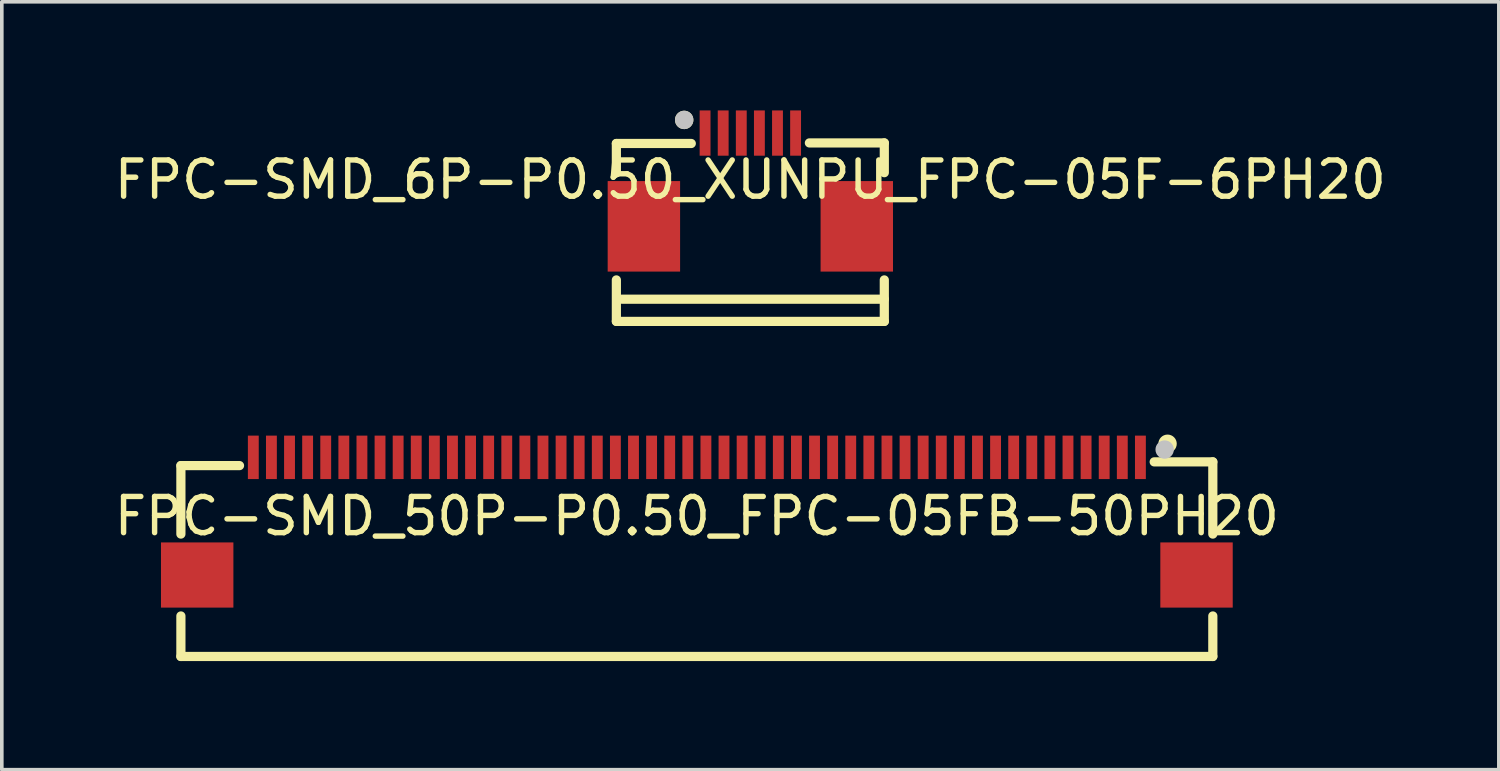
<source format=kicad_pcb>
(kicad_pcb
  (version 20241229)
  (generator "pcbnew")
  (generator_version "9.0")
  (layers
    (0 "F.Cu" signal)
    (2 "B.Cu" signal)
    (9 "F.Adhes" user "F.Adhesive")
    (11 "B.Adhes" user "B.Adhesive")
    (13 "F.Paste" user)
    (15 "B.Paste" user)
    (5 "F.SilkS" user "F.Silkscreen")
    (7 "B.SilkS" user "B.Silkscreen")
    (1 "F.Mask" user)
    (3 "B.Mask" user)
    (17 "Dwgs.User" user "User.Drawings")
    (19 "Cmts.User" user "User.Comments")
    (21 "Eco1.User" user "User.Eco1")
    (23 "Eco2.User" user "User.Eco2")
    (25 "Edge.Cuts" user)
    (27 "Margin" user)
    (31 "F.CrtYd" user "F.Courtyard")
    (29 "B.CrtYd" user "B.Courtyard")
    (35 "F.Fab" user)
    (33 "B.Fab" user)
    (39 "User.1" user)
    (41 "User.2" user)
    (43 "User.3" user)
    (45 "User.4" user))
  (footprint "FPC-SMD_50P-P0.50_FPC-05FB-50PH20"
    (layer "F.Cu")
    (at 16.196 11.206)
    (property "Reference" "FPC-SMD_50P-P0.50_FPC-05FB-50PH20" (at 0 0 0) (layer "F.SilkS") (effects (font (size 1 1) (thickness 0.15))))
    (fp_line (start -14.25 -1.397) (end -12.631 -1.397) (stroke (width 0.254) (type default)) (layer "F.SilkS"))
    (fp_line (start -14.25 0.494) (end -14.25 -1.397) (stroke (width 0.254) (type default)) (layer "F.SilkS"))
    (fp_line (start -14.25 3.875) (end -14.25 2.756) (stroke (width 0.254) (type default)) (layer "F.SilkS"))
    (fp_line (start 14.25 -1.5) (end 12.631 -1.5) (stroke (width 0.254) (type default)) (layer "F.SilkS"))
    (fp_line (start 14.25 0.494) (end 14.25 -1.5) (stroke (width 0.254) (type default)) (layer "F.SilkS"))
    (fp_line (start 14.25 3.875) (end -14.25 3.875) (stroke (width 0.254) (type default)) (layer "F.SilkS"))
    (fp_line (start 14.25 3.875) (end 14.25 2.756) (stroke (width 0.254) (type default)) (layer "F.SilkS"))
    (fp_circle (center 13 -2) (end 13.127 -2) (stroke (width 0.254) (type default)) (fill no) (layer "F.SilkS"))
    (fp_circle (center 12.92 -1.84) (end 13.047 -1.84) (stroke (width 0.254) (type default)) (fill no) (layer "Dwgs.User"))
    (fp_poly (pts (xy -14.25 2.425) (xy -14.25 0.825) (xy -13.25 0.825) (xy -13.25 2.425)) (stroke (width 0.1) (type default)) (fill no) (layer "User.1"))
    (fp_poly (pts (xy -12.35 -1.87) (xy -12.15 -1.87) (xy -12.15 -1.17) (xy -12.35 -1.17)) (stroke (width 0.1) (type default)) (fill no) (layer "User.1"))
    (fp_poly (pts (xy -11.85 -1.87) (xy -11.65 -1.87) (xy -11.65 -1.17) (xy -11.85 -1.17)) (stroke (width 0.1) (type default)) (fill no) (layer "User.1"))
    (fp_poly (pts (xy -11.35 -1.87) (xy -11.15 -1.87) (xy -11.15 -1.17) (xy -11.35 -1.17)) (stroke (width 0.1) (type default)) (fill no) (layer "User.1"))
    (fp_poly (pts (xy -10.85 -1.87) (xy -10.65 -1.87) (xy -10.65 -1.17) (xy -10.85 -1.17)) (stroke (width 0.1) (type default)) (fill no) (layer "User.1"))
    (fp_poly (pts (xy -10.35 -1.87) (xy -10.15 -1.87) (xy -10.15 -1.17) (xy -10.35 -1.17)) (stroke (width 0.1) (type default)) (fill no) (layer "User.1"))
    (fp_poly (pts (xy -9.85 -1.87) (xy -9.65 -1.87) (xy -9.65 -1.17) (xy -9.85 -1.17)) (stroke (width 0.1) (type default)) (fill no) (layer "User.1"))
    (fp_poly (pts (xy -9.35 -1.87) (xy -9.15 -1.87) (xy -9.15 -1.17) (xy -9.35 -1.17)) (stroke (width 0.1) (type default)) (fill no) (layer "User.1"))
    (fp_poly (pts (xy -8.85 -1.87) (xy -8.65 -1.87) (xy -8.65 -1.17) (xy -8.85 -1.17)) (stroke (width 0.1) (type default)) (fill no) (layer "User.1"))
    (fp_poly (pts (xy -8.35 -1.87) (xy -8.15 -1.87) (xy -8.15 -1.17) (xy -8.35 -1.17)) (stroke (width 0.1) (type default)) (fill no) (layer "User.1"))
    (fp_poly (pts (xy -7.85 -1.87) (xy -7.65 -1.87) (xy -7.65 -1.17) (xy -7.85 -1.17)) (stroke (width 0.1) (type default)) (fill no) (layer "User.1"))
    (fp_poly (pts (xy -7.35 -1.87) (xy -7.15 -1.87) (xy -7.15 -1.17) (xy -7.35 -1.17)) (stroke (width 0.1) (type default)) (fill no) (layer "User.1"))
    (fp_poly (pts (xy -6.85 -1.87) (xy -6.65 -1.87) (xy -6.65 -1.17) (xy -6.85 -1.17)) (stroke (width 0.1) (type default)) (fill no) (layer "User.1"))
    (fp_poly (pts (xy -6.35 -1.87) (xy -6.15 -1.87) (xy -6.15 -1.17) (xy -6.35 -1.17)) (stroke (width 0.1) (type default)) (fill no) (layer "User.1"))
    (fp_poly (pts (xy -5.85 -1.87) (xy -5.65 -1.87) (xy -5.65 -1.17) (xy -5.85 -1.17)) (stroke (width 0.1) (type default)) (fill no) (layer "User.1"))
    (fp_poly (pts (xy -5.35 -1.87) (xy -5.15 -1.87) (xy -5.15 -1.17) (xy -5.35 -1.17)) (stroke (width 0.1) (type default)) (fill no) (layer "User.1"))
    (fp_poly (pts (xy -4.85 -1.87) (xy -4.65 -1.87) (xy -4.65 -1.17) (xy -4.85 -1.17)) (stroke (width 0.1) (type default)) (fill no) (layer "User.1"))
    (fp_poly (pts (xy -4.35 -1.87) (xy -4.15 -1.87) (xy -4.15 -1.17) (xy -4.35 -1.17)) (stroke (width 0.1) (type default)) (fill no) (layer "User.1"))
    (fp_poly (pts (xy -3.85 -1.87) (xy -3.65 -1.87) (xy -3.65 -1.17) (xy -3.85 -1.17)) (stroke (width 0.1) (type default)) (fill no) (layer "User.1"))
    (fp_poly (pts (xy -3.35 -1.87) (xy -3.15 -1.87) (xy -3.15 -1.17) (xy -3.35 -1.17)) (stroke (width 0.1) (type default)) (fill no) (layer "User.1"))
    (fp_poly (pts (xy -2.85 -1.87) (xy -2.65 -1.87) (xy -2.65 -1.17) (xy -2.85 -1.17)) (stroke (width 0.1) (type default)) (fill no) (layer "User.1"))
    (fp_poly (pts (xy -2.35 -1.87) (xy -2.15 -1.87) (xy -2.15 -1.17) (xy -2.35 -1.17)) (stroke (width 0.1) (type default)) (fill no) (layer "User.1"))
    (fp_poly (pts (xy -1.85 -1.87) (xy -1.65 -1.87) (xy -1.65 -1.17) (xy -1.85 -1.17)) (stroke (width 0.1) (type default)) (fill no) (layer "User.1"))
    (fp_poly (pts (xy -1.35 -1.87) (xy -1.15 -1.87) (xy -1.15 -1.17) (xy -1.35 -1.17)) (stroke (width 0.1) (type default)) (fill no) (layer "User.1"))
    (fp_poly (pts (xy -0.85 -1.87) (xy -0.65 -1.87) (xy -0.65 -1.17) (xy -0.85 -1.17)) (stroke (width 0.1) (type default)) (fill no) (layer "User.1"))
    (fp_poly (pts (xy -0.35 -1.87) (xy -0.15 -1.87) (xy -0.15 -1.17) (xy -0.35 -1.17)) (stroke (width 0.1) (type default)) (fill no) (layer "User.1"))
    (fp_poly (pts (xy 0.15 -1.87) (xy 0.35 -1.87) (xy 0.35 -1.17) (xy 0.15 -1.17)) (stroke (width 0.1) (type default)) (fill no) (layer "User.1"))
    (fp_poly (pts (xy 0.65 -1.87) (xy 0.85 -1.87) (xy 0.85 -1.17) (xy 0.65 -1.17)) (stroke (width 0.1) (type default)) (fill no) (layer "User.1"))
    (fp_poly (pts (xy 1.15 -1.87) (xy 1.35 -1.87) (xy 1.35 -1.17) (xy 1.15 -1.17)) (stroke (width 0.1) (type default)) (fill no) (layer "User.1"))
    (fp_poly (pts (xy 1.65 -1.87) (xy 1.85 -1.87) (xy 1.85 -1.17) (xy 1.65 -1.17)) (stroke (width 0.1) (type default)) (fill no) (layer "User.1"))
    (fp_poly (pts (xy 2.15 -1.87) (xy 2.35 -1.87) (xy 2.35 -1.17) (xy 2.15 -1.17)) (stroke (width 0.1) (type default)) (fill no) (layer "User.1"))
    (fp_poly (pts (xy 2.65 -1.87) (xy 2.85 -1.87) (xy 2.85 -1.17) (xy 2.65 -1.17)) (stroke (width 0.1) (type default)) (fill no) (layer "User.1"))
    (fp_poly (pts (xy 3.15 -1.87) (xy 3.35 -1.87) (xy 3.35 -1.17) (xy 3.15 -1.17)) (stroke (width 0.1) (type default)) (fill no) (layer "User.1"))
    (fp_poly (pts (xy 3.65 -1.87) (xy 3.85 -1.87) (xy 3.85 -1.17) (xy 3.65 -1.17)) (stroke (width 0.1) (type default)) (fill no) (layer "User.1"))
    (fp_poly (pts (xy 4.15 -1.87) (xy 4.35 -1.87) (xy 4.35 -1.17) (xy 4.15 -1.17)) (stroke (width 0.1) (type default)) (fill no) (layer "User.1"))
    (fp_poly (pts (xy 4.65 -1.87) (xy 4.85 -1.87) (xy 4.85 -1.17) (xy 4.65 -1.17)) (stroke (width 0.1) (type default)) (fill no) (layer "User.1"))
    (fp_poly (pts (xy 5.15 -1.87) (xy 5.35 -1.87) (xy 5.35 -1.17) (xy 5.15 -1.17)) (stroke (width 0.1) (type default)) (fill no) (layer "User.1"))
    (fp_poly (pts (xy 5.65 -1.87) (xy 5.85 -1.87) (xy 5.85 -1.17) (xy 5.65 -1.17)) (stroke (width 0.1) (type default)) (fill no) (layer "User.1"))
    (fp_poly (pts (xy 6.15 -1.87) (xy 6.35 -1.87) (xy 6.35 -1.17) (xy 6.15 -1.17)) (stroke (width 0.1) (type default)) (fill no) (layer "User.1"))
    (fp_poly (pts (xy 6.65 -1.87) (xy 6.85 -1.87) (xy 6.85 -1.17) (xy 6.65 -1.17)) (stroke (width 0.1) (type default)) (fill no) (layer "User.1"))
    (fp_poly (pts (xy 7.15 -1.87) (xy 7.35 -1.87) (xy 7.35 -1.17) (xy 7.15 -1.17)) (stroke (width 0.1) (type default)) (fill no) (layer "User.1"))
    (fp_poly (pts (xy 7.65 -1.87) (xy 7.85 -1.87) (xy 7.85 -1.17) (xy 7.65 -1.17)) (stroke (width 0.1) (type default)) (fill no) (layer "User.1"))
    (fp_poly (pts (xy 8.15 -1.87) (xy 8.35 -1.87) (xy 8.35 -1.17) (xy 8.15 -1.17)) (stroke (width 0.1) (type default)) (fill no) (layer "User.1"))
    (fp_poly (pts (xy 8.65 -1.87) (xy 8.85 -1.87) (xy 8.85 -1.17) (xy 8.65 -1.17)) (stroke (width 0.1) (type default)) (fill no) (layer "User.1"))
    (fp_poly (pts (xy 9.15 -1.87) (xy 9.35 -1.87) (xy 9.35 -1.17) (xy 9.15 -1.17)) (stroke (width 0.1) (type default)) (fill no) (layer "User.1"))
    (fp_poly (pts (xy 9.65 -1.87) (xy 9.85 -1.87) (xy 9.85 -1.17) (xy 9.65 -1.17)) (stroke (width 0.1) (type default)) (fill no) (layer "User.1"))
    (fp_poly (pts (xy 10.15 -1.87) (xy 10.35 -1.87) (xy 10.35 -1.17) (xy 10.15 -1.17)) (stroke (width 0.1) (type default)) (fill no) (layer "User.1"))
    (fp_poly (pts (xy 10.65 -1.87) (xy 10.85 -1.87) (xy 10.85 -1.17) (xy 10.65 -1.17)) (stroke (width 0.1) (type default)) (fill no) (layer "User.1"))
    (fp_poly (pts (xy 11.15 -1.87) (xy 11.35 -1.87) (xy 11.35 -1.17) (xy 11.15 -1.17)) (stroke (width 0.1) (type default)) (fill no) (layer "User.1"))
    (fp_poly (pts (xy 11.65 -1.87) (xy 11.85 -1.87) (xy 11.85 -1.17) (xy 11.65 -1.17)) (stroke (width 0.1) (type default)) (fill no) (layer "User.1"))
    (fp_poly (pts (xy 12.15 -1.87) (xy 12.35 -1.87) (xy 12.35 -1.17) (xy 12.15 -1.17)) (stroke (width 0.1) (type default)) (fill no) (layer "User.1"))
    (fp_poly (pts (xy 13.25 2.425) (xy 13.25 0.825) (xy 14.25 0.825) (xy 14.25 2.425)) (stroke (width 0.1) (type default)) (fill no) (layer "User.1"))
    (fp_line (start -14.25 -1.37) (end 14.25 -1.37) (stroke (width 0.051) (type default)) (layer "User.2"))
    (fp_line (start -14.25 3.53) (end -14.25 -1.37) (stroke (width 0.051) (type default)) (layer "User.2"))
    (fp_line (start 14.25 -1.37) (end 14.25 3.53) (stroke (width 0.051) (type default)) (layer "User.2"))
    (fp_line (start 14.25 3.53) (end -14.25 3.53) (stroke (width 0.051) (type default)) (layer "User.2"))
    (fp_poly (pts (xy 14.31 -1.87) (xy 14.292 -1.912) (xy 14.25 -1.93) (xy 14.208 -1.912) (xy 14.19 -1.87) (xy 14.208 -1.828) (xy 14.25 -1.81) (xy 14.292 -1.828)) (stroke (width 0.1) (type default)) (fill no) (layer "User.3"))
    (pad "1" smd rect (at 12.25 -1.625) (size 0.3 1.2) (layers "F.Cu" "F.Mask" "F.Paste"))
    (pad "2" smd rect (at 11.75 -1.625) (size 0.3 1.2) (layers "F.Cu" "F.Mask" "F.Paste"))
    (pad "3" smd rect (at 11.25 -1.625) (size 0.3 1.2) (layers "F.Cu" "F.Mask" "F.Paste"))
    (pad "4" smd rect (at 10.75 -1.625) (size 0.3 1.2) (layers "F.Cu" "F.Mask" "F.Paste"))
    (pad "5" smd rect (at 10.25 -1.625) (size 0.3 1.2) (layers "F.Cu" "F.Mask" "F.Paste"))
    (pad "6" smd rect (at 9.75 -1.625) (size 0.3 1.2) (layers "F.Cu" "F.Mask" "F.Paste"))
    (pad "7" smd rect (at 9.25 -1.625) (size 0.3 1.2) (layers "F.Cu" "F.Mask" "F.Paste"))
    (pad "8" smd rect (at 8.75 -1.625) (size 0.3 1.2) (layers "F.Cu" "F.Mask" "F.Paste"))
    (pad "9" smd rect (at 8.25 -1.625) (size 0.3 1.2) (layers "F.Cu" "F.Mask" "F.Paste"))
    (pad "10" smd rect (at 7.75 -1.625) (size 0.3 1.2) (layers "F.Cu" "F.Mask" "F.Paste"))
    (pad "11" smd rect (at 7.25 -1.625) (size 0.3 1.2) (layers "F.Cu" "F.Mask" "F.Paste"))
    (pad "12" smd rect (at 6.75 -1.625) (size 0.3 1.2) (layers "F.Cu" "F.Mask" "F.Paste"))
    (pad "13" smd rect (at 6.25 -1.625) (size 0.3 1.2) (layers "F.Cu" "F.Mask" "F.Paste"))
    (pad "14" smd rect (at 5.75 -1.625) (size 0.3 1.2) (layers "F.Cu" "F.Mask" "F.Paste"))
    (pad "15" smd rect (at 5.25 -1.625) (size 0.3 1.2) (layers "F.Cu" "F.Mask" "F.Paste"))
    (pad "16" smd rect (at 4.75 -1.625) (size 0.3 1.2) (layers "F.Cu" "F.Mask" "F.Paste"))
    (pad "17" smd rect (at 4.25 -1.625) (size 0.3 1.2) (layers "F.Cu" "F.Mask" "F.Paste"))
    (pad "18" smd rect (at 3.75 -1.625) (size 0.3 1.2) (layers "F.Cu" "F.Mask" "F.Paste"))
    (pad "19" smd rect (at 3.25 -1.625) (size 0.3 1.2) (layers "F.Cu" "F.Mask" "F.Paste"))
    (pad "20" smd rect (at 2.75 -1.625) (size 0.3 1.2) (layers "F.Cu" "F.Mask" "F.Paste"))
    (pad "21" smd rect (at 2.25 -1.625) (size 0.3 1.2) (layers "F.Cu" "F.Mask" "F.Paste"))
    (pad "22" smd rect (at 1.75 -1.625) (size 0.3 1.2) (layers "F.Cu" "F.Mask" "F.Paste"))
    (pad "23" smd rect (at 1.25 -1.625) (size 0.3 1.2) (layers "F.Cu" "F.Mask" "F.Paste"))
    (pad "24" smd rect (at 0.75 -1.625) (size 0.3 1.2) (layers "F.Cu" "F.Mask" "F.Paste"))
    (pad "25" smd rect (at 0.25 -1.625) (size 0.3 1.2) (layers "F.Cu" "F.Mask" "F.Paste"))
    (pad "26" smd rect (at -0.25 -1.625) (size 0.3 1.2) (layers "F.Cu" "F.Mask" "F.Paste"))
    (pad "27" smd rect (at -0.75 -1.625) (size 0.3 1.2) (layers "F.Cu" "F.Mask" "F.Paste"))
    (pad "28" smd rect (at -1.25 -1.625) (size 0.3 1.2) (layers "F.Cu" "F.Mask" "F.Paste"))
    (pad "29" smd rect (at -1.75 -1.625) (size 0.3 1.2) (layers "F.Cu" "F.Mask" "F.Paste"))
    (pad "30" smd rect (at -2.25 -1.625) (size 0.3 1.2) (layers "F.Cu" "F.Mask" "F.Paste"))
    (pad "31" smd rect (at -2.75 -1.625) (size 0.3 1.2) (layers "F.Cu" "F.Mask" "F.Paste"))
    (pad "32" smd rect (at -3.25 -1.625) (size 0.3 1.2) (layers "F.Cu" "F.Mask" "F.Paste"))
    (pad "33" smd rect (at -3.75 -1.625) (size 0.3 1.2) (layers "F.Cu" "F.Mask" "F.Paste"))
    (pad "34" smd rect (at -4.25 -1.625) (size 0.3 1.2) (layers "F.Cu" "F.Mask" "F.Paste"))
    (pad "35" smd rect (at -4.75 -1.625) (size 0.3 1.2) (layers "F.Cu" "F.Mask" "F.Paste"))
    (pad "36" smd rect (at -5.25 -1.625) (size 0.3 1.2) (layers "F.Cu" "F.Mask" "F.Paste"))
    (pad "37" smd rect (at -5.75 -1.625) (size 0.3 1.2) (layers "F.Cu" "F.Mask" "F.Paste"))
    (pad "38" smd rect (at -6.25 -1.625) (size 0.3 1.2) (layers "F.Cu" "F.Mask" "F.Paste"))
    (pad "39" smd rect (at -6.75 -1.625) (size 0.3 1.2) (layers "F.Cu" "F.Mask" "F.Paste"))
    (pad "40" smd rect (at -7.25 -1.625) (size 0.3 1.2) (layers "F.Cu" "F.Mask" "F.Paste"))
    (pad "41" smd rect (at -7.75 -1.625) (size 0.3 1.2) (layers "F.Cu" "F.Mask" "F.Paste"))
    (pad "42" smd rect (at -8.25 -1.625) (size 0.3 1.2) (layers "F.Cu" "F.Mask" "F.Paste"))
    (pad "43" smd rect (at -8.75 -1.625) (size 0.3 1.2) (layers "F.Cu" "F.Mask" "F.Paste"))
    (pad "44" smd rect (at -9.25 -1.625) (size 0.3 1.2) (layers "F.Cu" "F.Mask" "F.Paste"))
    (pad "45" smd rect (at -9.75 -1.625) (size 0.3 1.2) (layers "F.Cu" "F.Mask" "F.Paste"))
    (pad "46" smd rect (at -10.25 -1.625) (size 0.3 1.2) (layers "F.Cu" "F.Mask" "F.Paste"))
    (pad "47" smd rect (at -10.75 -1.625) (size 0.3 1.2) (layers "F.Cu" "F.Mask" "F.Paste"))
    (pad "48" smd rect (at -11.25 -1.625) (size 0.3 1.2) (layers "F.Cu" "F.Mask" "F.Paste"))
    (pad "49" smd rect (at -11.75 -1.625) (size 0.3 1.2) (layers "F.Cu" "F.Mask" "F.Paste"))
    (pad "50" smd rect (at -12.25 -1.625) (size 0.3 1.2) (layers "F.Cu" "F.Mask" "F.Paste"))
    (pad "51" smd rect (at -13.8 1.625) (size 2 1.8) (layers "F.Cu" "F.Mask" "F.Paste"))
    (pad "52" smd rect (at 13.8 1.625) (size 2 1.8) (layers "F.Cu" "F.Mask" "F.Paste")))
  (footprint "FPC-SMD_6P-P0.50_XUNPU_FPC-05F-6PH20"
    (layer "F.Cu")
    (at 17.673 1.913)
    (property "Reference" "FPC-SMD_6P-P0.50_XUNPU_FPC-05F-6PH20" (at 0 0 0) (layer "F.SilkS") (effects (font (size 1 1) (thickness 0.15))))
    (fp_line (start -3.7 -1) (end -1.631 -1) (stroke (width 0.254) (type default)) (layer "F.SilkS"))
    (fp_line (start -3.7 -0.194) (end -3.7 -1) (stroke (width 0.254) (type default)) (layer "F.SilkS"))
    (fp_line (start -3.7 3.913) (end -3.7 2.768) (stroke (width 0.254) (type default)) (layer "F.SilkS"))
    (fp_line (start -3.7 3.913) (end 3.7 3.913) (stroke (width 0.254) (type default)) (layer "F.SilkS"))
    (fp_line (start -3.55 3.3) (end 3.7 3.3) (stroke (width 0.254) (type default)) (layer "F.SilkS"))
    (fp_line (start 3.7 -1.016) (end 1.631 -1.016) (stroke (width 0.254) (type default)) (layer "F.SilkS"))
    (fp_line (start 3.7 -0.194) (end 3.7 -1.016) (stroke (width 0.254) (type default)) (layer "F.SilkS"))
    (fp_line (start 3.7 3.913) (end 3.7 2.768) (stroke (width 0.254) (type default)) (layer "F.SilkS"))
    (fp_circle (center -1.827 -1.651) (end -1.7 -1.651) (stroke (width 0.254) (type default)) (fill no) (layer "F.SilkS"))
    (fp_circle (center -1.827 -1.651) (end -1.7 -1.651) (stroke (width 0.254) (type default)) (fill no) (layer "Dwgs.User"))
    (fp_poly (pts (xy -3.7 1.8) (xy -2.25 1.8) (xy -2.25 0.7) (xy -3.7 0.7)) (stroke (width 0.1) (type default)) (fill no) (layer "User.1"))
    (fp_poly (pts (xy -1.35 -1.65) (xy -1.35 -0.8) (xy -1.15 -0.8) (xy -1.15 -1.65)) (stroke (width 0.1) (type default)) (fill no) (layer "User.1"))
    (fp_poly (pts (xy -0.85 -1.65) (xy -0.85 -0.8) (xy -0.65 -0.8) (xy -0.65 -1.65)) (stroke (width 0.1) (type default)) (fill no) (layer "User.1"))
    (fp_poly (pts (xy -0.35 -1.65) (xy -0.35 -0.8) (xy -0.15 -0.8) (xy -0.15 -1.65)) (stroke (width 0.1) (type default)) (fill no) (layer "User.1"))
    (fp_poly (pts (xy 0.15 -1.65) (xy 0.15 -0.8) (xy 0.35 -0.8) (xy 0.35 -1.65)) (stroke (width 0.1) (type default)) (fill no) (layer "User.1"))
    (fp_poly (pts (xy 0.65 -1.65) (xy 0.65 -0.8) (xy 0.85 -0.8) (xy 0.85 -1.65)) (stroke (width 0.1) (type default)) (fill no) (layer "User.1"))
    (fp_poly (pts (xy 1.15 -1.65) (xy 1.15 -0.8) (xy 1.35 -0.8) (xy 1.35 -1.65)) (stroke (width 0.1) (type default)) (fill no) (layer "User.1"))
    (fp_poly (pts (xy 3.7 0.7) (xy 2.25 0.7) (xy 2.25 1.8) (xy 3.7 1.8)) (stroke (width 0.1) (type default)) (fill no) (layer "User.1"))
    (fp_line (start -3.7 -0.8) (end -3.7 3.3) (stroke (width 0.051) (type default)) (layer "User.2"))
    (fp_line (start -3.7 3.3) (end -2.65 3.3) (stroke (width 0.051) (type default)) (layer "User.2"))
    (fp_line (start -3.6 -0.9) (end -3.7 -0.8) (stroke (width 0.051) (type default)) (layer "User.2"))
    (fp_line (start -3.3 3.4) (end -3.3 3.9) (stroke (width 0.051) (type default)) (layer "User.2"))
    (fp_line (start -3.3 3.9) (end -3.25 3.95) (stroke (width 0.051) (type default)) (layer "User.2"))
    (fp_line (start -3.25 3.35) (end -3.3 3.4) (stroke (width 0.051) (type default)) (layer "User.2"))
    (fp_line (start -3.25 3.95) (end 3.25 3.95) (stroke (width 0.051) (type default)) (layer "User.2"))
    (fp_line (start -2.65 3.3) (end -2.65 3.35) (stroke (width 0.051) (type default)) (layer "User.2"))
    (fp_line (start -2.65 3.35) (end -3.25 3.35) (stroke (width 0.051) (type default)) (layer "User.2"))
    (fp_line (start 2.65 3.3) (end 3.7 3.3) (stroke (width 0.051) (type default)) (layer "User.2"))
    (fp_line (start 2.65 3.35) (end 2.65 3.3) (stroke (width 0.051) (type default)) (layer "User.2"))
    (fp_line (start 3.25 3.35) (end 2.65 3.35) (stroke (width 0.051) (type default)) (layer "User.2"))
    (fp_line (start 3.25 3.95) (end 3.3 3.9) (stroke (width 0.051) (type default)) (layer "User.2"))
    (fp_line (start 3.3 3.4) (end 3.25 3.35) (stroke (width 0.051) (type default)) (layer "User.2"))
    (fp_line (start 3.3 3.9) (end 3.3 3.4) (stroke (width 0.051) (type default)) (layer "User.2"))
    (fp_line (start 3.6 -0.9) (end -3.6 -0.9) (stroke (width 0.051) (type default)) (layer "User.2"))
    (fp_line (start 3.7 -0.8) (end 3.6 -0.9) (stroke (width 0.051) (type default)) (layer "User.2"))
    (fp_line (start 3.7 0) (end 3.7 -0.8) (stroke (width 0.051) (type default)) (layer "User.2"))
    (fp_line (start 3.7 3.3) (end 3.7 0) (stroke (width 0.051) (type default)) (layer "User.2"))
    (fp_poly (pts (xy -3.64 -1.65) (xy -3.658 -1.692) (xy -3.7 -1.71) (xy -3.742 -1.692) (xy -3.76 -1.65) (xy -3.742 -1.608) (xy -3.7 -1.59) (xy -3.658 -1.608)) (stroke (width 0.1) (type default)) (fill no) (layer "User.3"))
    (pad "1" smd rect (at -1.25 -1.288) (size 0.3 1.25) (layers "F.Cu" "F.Mask" "F.Paste"))
    (pad "2" smd rect (at -0.75 -1.288) (size 0.3 1.25) (layers "F.Cu" "F.Mask" "F.Paste"))
    (pad "3" smd rect (at -0.25 -1.288) (size 0.3 1.25) (layers "F.Cu" "F.Mask" "F.Paste"))
    (pad "4" smd rect (at 0.25 -1.288) (size 0.3 1.25) (layers "F.Cu" "F.Mask" "F.Paste"))
    (pad "5" smd rect (at 0.75 -1.288) (size 0.3 1.25) (layers "F.Cu" "F.Mask" "F.Paste"))
    (pad "6" smd rect (at 1.25 -1.288) (size 0.3 1.25) (layers "F.Cu" "F.Mask" "F.Paste"))
    (pad "7" smd rect (at 2.94 1.288) (size 2 2.5) (layers "F.Cu" "F.Mask" "F.Paste"))
    (pad "8" smd rect (at -2.94 1.288) (size 2 2.5) (layers "F.Cu" "F.Mask" "F.Paste")))
  (gr_rect
    (start -3 -3)
    (end 38.345 18.208)
    (stroke (width 0.1) (type default))
    (fill no)
    (layer "Edge.Cuts")))
</source>
